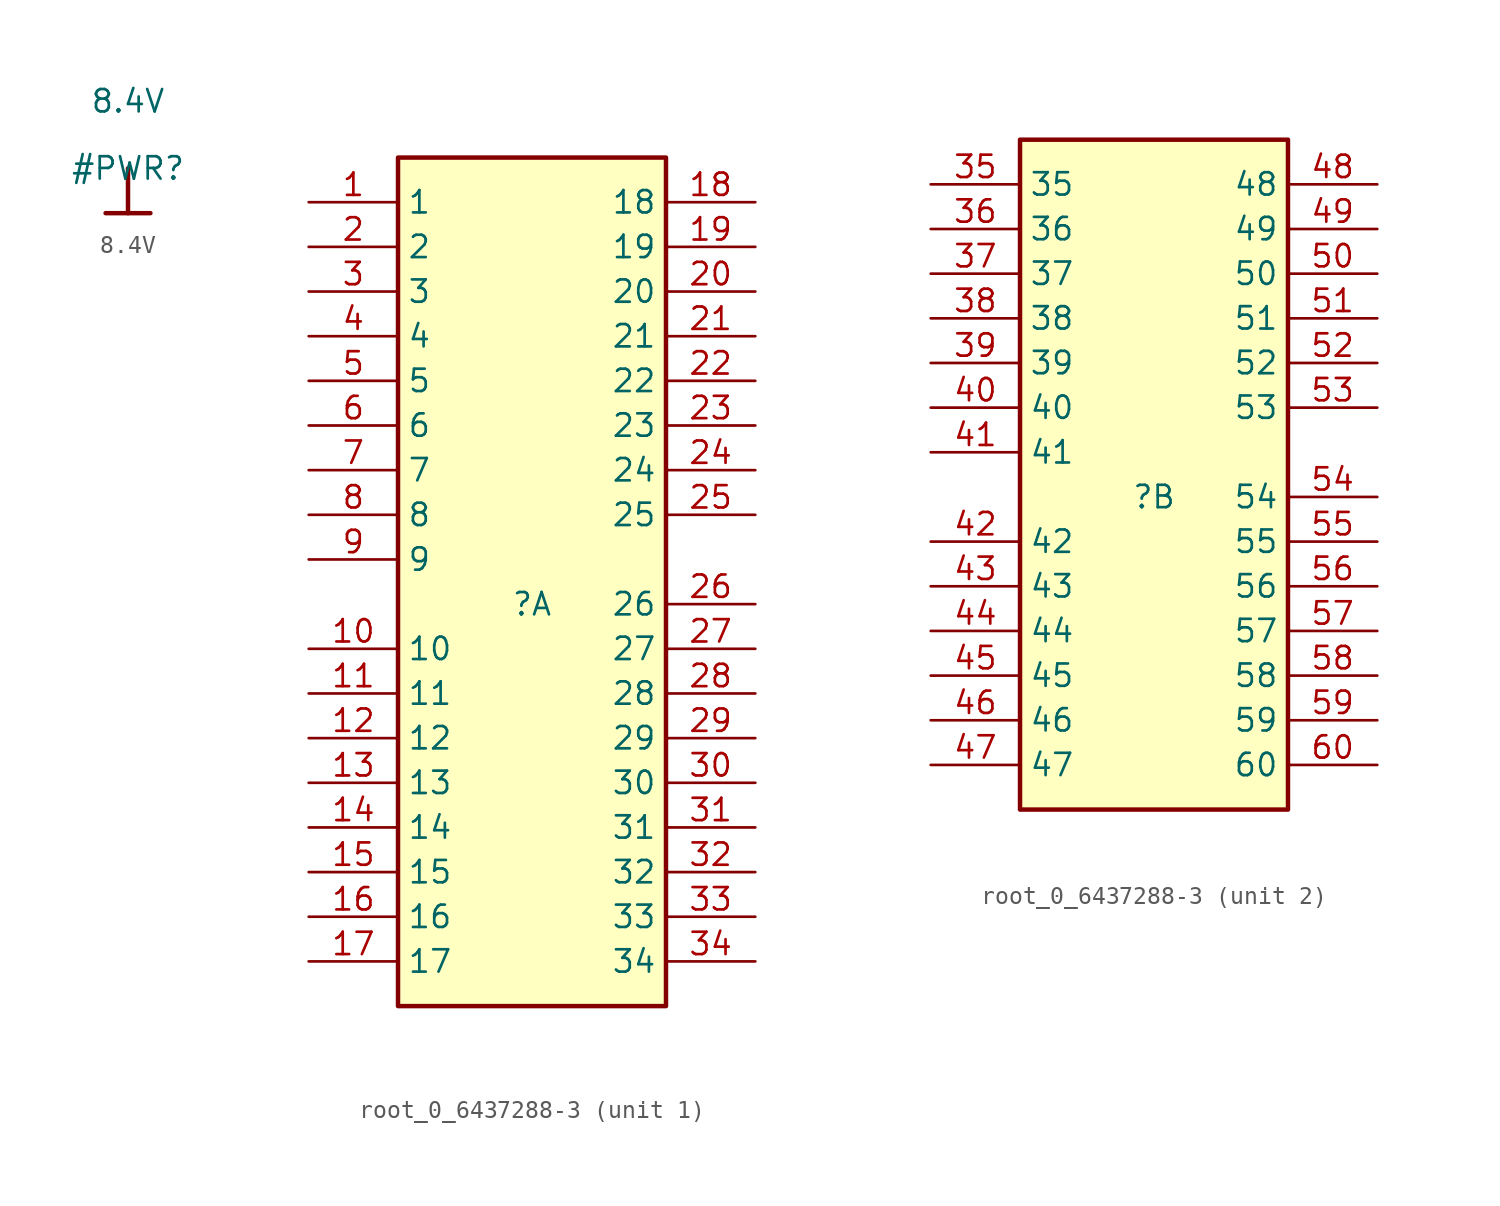
<source format=kicad_sym>
(kicad_symbol_lib
  (version 20220914)
  (generator kicad_symbol_editor)
  (symbol "8.4V"
    (power)
    (property "Reference" "#PWR"
      (at 0 0 0)
      (effects (font (size 1.27 1.27))))
    (property "Value" "8.4V"
      (at 0 3.81 0)
      (effects (font (size 1.27 1.27))))
    (symbol "8.4V_0_0"
      (polyline (pts (xy -1.27 -2.54) (xy 1.27 -2.54)) (stroke (width 0.254) (type solid)) (fill (type none)))
      (polyline (pts (xy 0 0) (xy 0 -2.54)) (stroke (width 0.254) (type solid)) (fill (type none)))
      (pin power_in line (at 0 0 0) (length 0) hide (name "8.4V" (effects (font (size 1.27 1.27)))) (number "" (effects (font (size 1.27 1.27)))))))
  (symbol "root_0_6437288-3"
    (property "Reference" ""
      (at 0 0 0)
      (effects (font (size 1.27 1.27))))
    (property "Value" ""
      (at 0 0 0)
      (effects (font (size 1.27 1.27))))
    (symbol "root_0_6437288-3_1_0"
      (rectangle (start 7.62 25.4) (end -7.62 -22.86) (stroke (width 0.254) (type solid)) (fill (type background)))
      (pin passive line (at -12.7 22.86 0) (length 5.08) (name "1" (effects (font (size 1.27 1.27)))) (number "1" (effects (font (size 1.27 1.27)))))
      (pin passive line (at -12.7 -2.54 0) (length 5.08) (name "10" (effects (font (size 1.27 1.27)))) (number "10" (effects (font (size 1.27 1.27)))))
      (pin passive line (at -12.7 -5.08 0) (length 5.08) (name "11" (effects (font (size 1.27 1.27)))) (number "11" (effects (font (size 1.27 1.27)))))
      (pin passive line (at -12.7 -7.62 0) (length 5.08) (name "12" (effects (font (size 1.27 1.27)))) (number "12" (effects (font (size 1.27 1.27)))))
      (pin passive line (at -12.7 -10.16 0) (length 5.08) (name "13" (effects (font (size 1.27 1.27)))) (number "13" (effects (font (size 1.27 1.27)))))
      (pin passive line (at -12.7 -12.7 0) (length 5.08) (name "14" (effects (font (size 1.27 1.27)))) (number "14" (effects (font (size 1.27 1.27)))))
      (pin passive line (at -12.7 -15.24 0) (length 5.08) (name "15" (effects (font (size 1.27 1.27)))) (number "15" (effects (font (size 1.27 1.27)))))
      (pin passive line (at -12.7 -17.78 0) (length 5.08) (name "16" (effects (font (size 1.27 1.27)))) (number "16" (effects (font (size 1.27 1.27)))))
      (pin passive line (at -12.7 -20.32 0) (length 5.08) (name "17" (effects (font (size 1.27 1.27)))) (number "17" (effects (font (size 1.27 1.27)))))
      (pin passive line (at 12.7 22.86 180) (length 5.08) (name "18" (effects (font (size 1.27 1.27)))) (number "18" (effects (font (size 1.27 1.27)))))
      (pin passive line (at 12.7 20.32 180) (length 5.08) (name "19" (effects (font (size 1.27 1.27)))) (number "19" (effects (font (size 1.27 1.27)))))
      (pin passive line (at -12.7 20.32 0) (length 5.08) (name "2" (effects (font (size 1.27 1.27)))) (number "2" (effects (font (size 1.27 1.27)))))
      (pin passive line (at 12.7 17.78 180) (length 5.08) (name "20" (effects (font (size 1.27 1.27)))) (number "20" (effects (font (size 1.27 1.27)))))
      (pin passive line (at 12.7 15.24 180) (length 5.08) (name "21" (effects (font (size 1.27 1.27)))) (number "21" (effects (font (size 1.27 1.27)))))
      (pin passive line (at 12.7 12.7 180) (length 5.08) (name "22" (effects (font (size 1.27 1.27)))) (number "22" (effects (font (size 1.27 1.27)))))
      (pin passive line (at 12.7 10.16 180) (length 5.08) (name "23" (effects (font (size 1.27 1.27)))) (number "23" (effects (font (size 1.27 1.27)))))
      (pin passive line (at 12.7 7.62 180) (length 5.08) (name "24" (effects (font (size 1.27 1.27)))) (number "24" (effects (font (size 1.27 1.27)))))
      (pin passive line (at 12.7 5.08 180) (length 5.08) (name "25" (effects (font (size 1.27 1.27)))) (number "25" (effects (font (size 1.27 1.27)))))
      (pin passive line (at 12.7 0 180) (length 5.08) (name "26" (effects (font (size 1.27 1.27)))) (number "26" (effects (font (size 1.27 1.27)))))
      (pin passive line (at 12.7 -2.54 180) (length 5.08) (name "27" (effects (font (size 1.27 1.27)))) (number "27" (effects (font (size 1.27 1.27)))))
      (pin passive line (at 12.7 -5.08 180) (length 5.08) (name "28" (effects (font (size 1.27 1.27)))) (number "28" (effects (font (size 1.27 1.27)))))
      (pin passive line (at 12.7 -7.62 180) (length 5.08) (name "29" (effects (font (size 1.27 1.27)))) (number "29" (effects (font (size 1.27 1.27)))))
      (pin passive line (at -12.7 17.78 0) (length 5.08) (name "3" (effects (font (size 1.27 1.27)))) (number "3" (effects (font (size 1.27 1.27)))))
      (pin passive line (at 12.7 -10.16 180) (length 5.08) (name "30" (effects (font (size 1.27 1.27)))) (number "30" (effects (font (size 1.27 1.27)))))
      (pin passive line (at 12.7 -12.7 180) (length 5.08) (name "31" (effects (font (size 1.27 1.27)))) (number "31" (effects (font (size 1.27 1.27)))))
      (pin passive line (at 12.7 -15.24 180) (length 5.08) (name "32" (effects (font (size 1.27 1.27)))) (number "32" (effects (font (size 1.27 1.27)))))
      (pin passive line (at 12.7 -17.78 180) (length 5.08) (name "33" (effects (font (size 1.27 1.27)))) (number "33" (effects (font (size 1.27 1.27)))))
      (pin passive line (at 12.7 -20.32 180) (length 5.08) (name "34" (effects (font (size 1.27 1.27)))) (number "34" (effects (font (size 1.27 1.27)))))
      (pin passive line (at -12.7 15.24 0) (length 5.08) (name "4" (effects (font (size 1.27 1.27)))) (number "4" (effects (font (size 1.27 1.27)))))
      (pin passive line (at -12.7 12.7 0) (length 5.08) (name "5" (effects (font (size 1.27 1.27)))) (number "5" (effects (font (size 1.27 1.27)))))
      (pin passive line (at -12.7 10.16 0) (length 5.08) (name "6" (effects (font (size 1.27 1.27)))) (number "6" (effects (font (size 1.27 1.27)))))
      (pin passive line (at -12.7 7.62 0) (length 5.08) (name "7" (effects (font (size 1.27 1.27)))) (number "7" (effects (font (size 1.27 1.27)))))
      (pin passive line (at -12.7 5.08 0) (length 5.08) (name "8" (effects (font (size 1.27 1.27)))) (number "8" (effects (font (size 1.27 1.27)))))
      (pin passive line (at -12.7 2.54 0) (length 5.08) (name "9" (effects (font (size 1.27 1.27)))) (number "9" (effects (font (size 1.27 1.27))))))
    (symbol "root_0_6437288-3_2_0"
      (rectangle (start 7.62 20.32) (end -7.62 -17.78) (stroke (width 0.254) (type solid)) (fill (type background)))
      (pin passive line (at -12.7 17.78 0) (length 5.08) (name "35" (effects (font (size 1.27 1.27)))) (number "35" (effects (font (size 1.27 1.27)))))
      (pin passive line (at -12.7 15.24 0) (length 5.08) (name "36" (effects (font (size 1.27 1.27)))) (number "36" (effects (font (size 1.27 1.27)))))
      (pin passive line (at -12.7 12.7 0) (length 5.08) (name "37" (effects (font (size 1.27 1.27)))) (number "37" (effects (font (size 1.27 1.27)))))
      (pin passive line (at -12.7 10.16 0) (length 5.08) (name "38" (effects (font (size 1.27 1.27)))) (number "38" (effects (font (size 1.27 1.27)))))
      (pin passive line (at -12.7 7.62 0) (length 5.08) (name "39" (effects (font (size 1.27 1.27)))) (number "39" (effects (font (size 1.27 1.27)))))
      (pin passive line (at -12.7 5.08 0) (length 5.08) (name "40" (effects (font (size 1.27 1.27)))) (number "40" (effects (font (size 1.27 1.27)))))
      (pin passive line (at -12.7 2.54 0) (length 5.08) (name "41" (effects (font (size 1.27 1.27)))) (number "41" (effects (font (size 1.27 1.27)))))
      (pin passive line (at -12.7 -2.54 0) (length 5.08) (name "42" (effects (font (size 1.27 1.27)))) (number "42" (effects (font (size 1.27 1.27)))))
      (pin passive line (at -12.7 -5.08 0) (length 5.08) (name "43" (effects (font (size 1.27 1.27)))) (number "43" (effects (font (size 1.27 1.27)))))
      (pin passive line (at -12.7 -7.62 0) (length 5.08) (name "44" (effects (font (size 1.27 1.27)))) (number "44" (effects (font (size 1.27 1.27)))))
      (pin passive line (at -12.7 -10.16 0) (length 5.08) (name "45" (effects (font (size 1.27 1.27)))) (number "45" (effects (font (size 1.27 1.27)))))
      (pin passive line (at -12.7 -12.7 0) (length 5.08) (name "46" (effects (font (size 1.27 1.27)))) (number "46" (effects (font (size 1.27 1.27)))))
      (pin passive line (at -12.7 -15.24 0) (length 5.08) (name "47" (effects (font (size 1.27 1.27)))) (number "47" (effects (font (size 1.27 1.27)))))
      (pin passive line (at 12.7 17.78 180) (length 5.08) (name "48" (effects (font (size 1.27 1.27)))) (number "48" (effects (font (size 1.27 1.27)))))
      (pin passive line (at 12.7 15.24 180) (length 5.08) (name "49" (effects (font (size 1.27 1.27)))) (number "49" (effects (font (size 1.27 1.27)))))
      (pin passive line (at 12.7 12.7 180) (length 5.08) (name "50" (effects (font (size 1.27 1.27)))) (number "50" (effects (font (size 1.27 1.27)))))
      (pin passive line (at 12.7 10.16 180) (length 5.08) (name "51" (effects (font (size 1.27 1.27)))) (number "51" (effects (font (size 1.27 1.27)))))
      (pin passive line (at 12.7 7.62 180) (length 5.08) (name "52" (effects (font (size 1.27 1.27)))) (number "52" (effects (font (size 1.27 1.27)))))
      (pin passive line (at 12.7 5.08 180) (length 5.08) (name "53" (effects (font (size 1.27 1.27)))) (number "53" (effects (font (size 1.27 1.27)))))
      (pin passive line (at 12.7 0 180) (length 5.08) (name "54" (effects (font (size 1.27 1.27)))) (number "54" (effects (font (size 1.27 1.27)))))
      (pin passive line (at 12.7 -2.54 180) (length 5.08) (name "55" (effects (font (size 1.27 1.27)))) (number "55" (effects (font (size 1.27 1.27)))))
      (pin passive line (at 12.7 -5.08 180) (length 5.08) (name "56" (effects (font (size 1.27 1.27)))) (number "56" (effects (font (size 1.27 1.27)))))
      (pin passive line (at 12.7 -7.62 180) (length 5.08) (name "57" (effects (font (size 1.27 1.27)))) (number "57" (effects (font (size 1.27 1.27)))))
      (pin passive line (at 12.7 -10.16 180) (length 5.08) (name "58" (effects (font (size 1.27 1.27)))) (number "58" (effects (font (size 1.27 1.27)))))
      (pin passive line (at 12.7 -12.7 180) (length 5.08) (name "59" (effects (font (size 1.27 1.27)))) (number "59" (effects (font (size 1.27 1.27)))))
      (pin passive line (at 12.7 -15.24 180) (length 5.08) (name "60" (effects (font (size 1.27 1.27)))) (number "60" (effects (font (size 1.27 1.27))))))))
</source>
